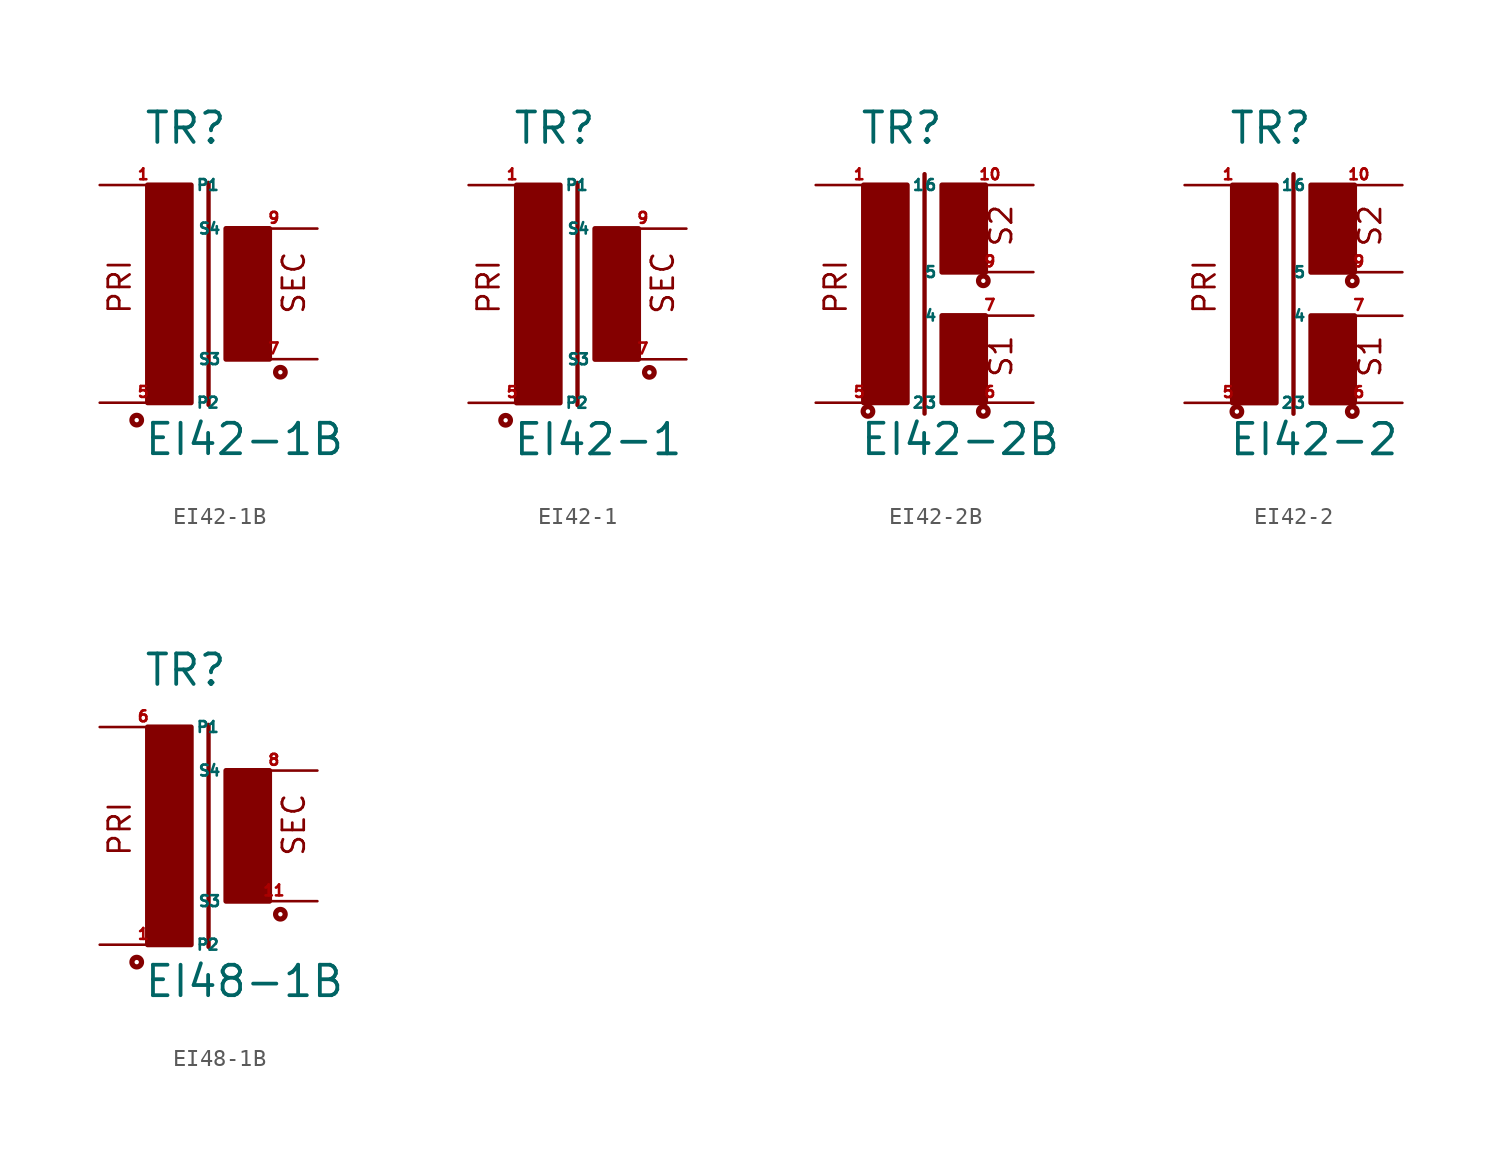
<source format=kicad_sym>
(kicad_symbol_lib
  (version 20220914)
  (generator Eagle2Kicad)
  (symbol "EI42-1B"
    (property "Reference" "TR"
      (at -2.54 7.366 0)
      (effects (font (size 1.778 1.778) (thickness 0.22)) (justify left bottom)))
    (property "Value" "EI42-1B"
      (at -2.54 -10.795 0)
      (effects (font (size 1.778 1.778) (thickness 0.22)) (justify left bottom)))
    (polyline
      (pts (xy 1.27 5.207) (xy 1.27 -7.747))
      (stroke (width 0.254) (type default))
      (fill (type none)))
    (text "PRI"
      (at -3.175 -2.54 900)
      (effects (font (size 1.27 1.27) (thickness 0.16)) (justify left bottom)))
    (text "SEC"
      (at 6.985 -2.54 900)
      (effects (font (size 1.27 1.27) (thickness 0.16)) (justify left bottom)))
    (circle
      (center -2.921 -8.636)
      (radius 0.127)
      (stroke (width 0.305) (type default))
      (fill (type none)))
    (circle
      (center 5.461 -5.842)
      (radius 0.127)
      (stroke (width 0.305) (type default))
      (fill (type none)))
    (rectangle
      (start -2.286 -7.62)
      (end 0.254 5.08)
      (stroke (width 0.3) (type default))
      (fill (type outline)))
    (rectangle
      (start 2.286 -5.08)
      (end 4.826 2.54)
      (stroke (width 0.3) (type default))
      (fill (type outline)))
    (pin passive line
      (at -5.08 5.08 0)
      (length 5.08)
      (name "P1" (effects (font (size 0.635 0.635) (thickness 0.08)) (justify left bottom)))
      (number "1" (effects (font (size 0.635 0.635) (thickness 0.08)) (justify left bottom))))
    (pin passive line
      (at -5.08 -7.62 0)
      (length 5.08)
      (name "P2" (effects (font (size 0.635 0.635) (thickness 0.08)) (justify left bottom)))
      (number "5" (effects (font (size 0.635 0.635) (thickness 0.08)) (justify left bottom))))
    (pin passive line
      (at 7.62 -5.08 180)
      (length 5.08)
      (name "S3" (effects (font (size 0.635 0.635) (thickness 0.08)) (justify left bottom)))
      (number "7" (effects (font (size 0.635 0.635) (thickness 0.08)) (justify left bottom))))
    (pin passive line
      (at 7.62 2.54 180)
      (length 5.08)
      (name "S4" (effects (font (size 0.635 0.635) (thickness 0.08)) (justify left bottom)))
      (number "9" (effects (font (size 0.635 0.635) (thickness 0.08)) (justify left bottom)))))
  (symbol "EI42-1"
    (property "Reference" "TR"
      (at -2.54 7.366 0)
      (effects (font (size 1.778 1.778) (thickness 0.22)) (justify left bottom)))
    (property "Value" "EI42-1"
      (at -2.54 -10.795 0)
      (effects (font (size 1.778 1.778) (thickness 0.22)) (justify left bottom)))
    (polyline
      (pts (xy 1.27 5.207) (xy 1.27 -7.747))
      (stroke (width 0.254) (type default))
      (fill (type none)))
    (text "PRI"
      (at -3.175 -2.54 900)
      (effects (font (size 1.27 1.27) (thickness 0.16)) (justify left bottom)))
    (text "SEC"
      (at 6.985 -2.54 900)
      (effects (font (size 1.27 1.27) (thickness 0.16)) (justify left bottom)))
    (circle
      (center -2.921 -8.636)
      (radius 0.127)
      (stroke (width 0.305) (type default))
      (fill (type none)))
    (circle
      (center 5.461 -5.842)
      (radius 0.127)
      (stroke (width 0.305) (type default))
      (fill (type none)))
    (rectangle
      (start -2.286 -7.62)
      (end 0.254 5.08)
      (stroke (width 0.3) (type default))
      (fill (type outline)))
    (rectangle
      (start 2.286 -5.08)
      (end 4.826 2.54)
      (stroke (width 0.3) (type default))
      (fill (type outline)))
    (pin passive line
      (at -5.08 5.08 0)
      (length 5.08)
      (name "P1" (effects (font (size 0.635 0.635) (thickness 0.08)) (justify left bottom)))
      (number "1" (effects (font (size 0.635 0.635) (thickness 0.08)) (justify left bottom))))
    (pin passive line
      (at -5.08 -7.62 0)
      (length 5.08)
      (name "P2" (effects (font (size 0.635 0.635) (thickness 0.08)) (justify left bottom)))
      (number "5" (effects (font (size 0.635 0.635) (thickness 0.08)) (justify left bottom))))
    (pin passive line
      (at 7.62 -5.08 180)
      (length 5.08)
      (name "S3" (effects (font (size 0.635 0.635) (thickness 0.08)) (justify left bottom)))
      (number "7" (effects (font (size 0.635 0.635) (thickness 0.08)) (justify left bottom))))
    (pin passive line
      (at 7.62 2.54 180)
      (length 5.08)
      (name "S4" (effects (font (size 0.635 0.635) (thickness 0.08)) (justify left bottom)))
      (number "9" (effects (font (size 0.635 0.635) (thickness 0.08)) (justify left bottom)))))
  (symbol "EI42-2B"
    (property "Reference" "TR"
      (at -2.54 7.366 0)
      (effects (font (size 1.778 1.778) (thickness 0.22)) (justify left bottom)))
    (property "Value" "EI42-2B"
      (at -2.54 -10.795 0)
      (effects (font (size 1.778 1.778) (thickness 0.22)) (justify left bottom)))
    (polyline
      (pts (xy 1.27 5.715) (xy 1.27 -8.255))
      (stroke (width 0.254) (type default))
      (fill (type none)))
    (text "PRI"
      (at -3.175 -2.54 900)
      (effects (font (size 1.27 1.27) (thickness 0.16)) (justify left bottom)))
    (text "S1"
      (at 6.477 -6.223 900)
      (effects (font (size 1.27 1.27) (thickness 0.16)) (justify left bottom)))
    (text "S2"
      (at 6.477 1.397 900)
      (effects (font (size 1.27 1.27) (thickness 0.16)) (justify left bottom)))
    (circle
      (center -2.032 -8.128)
      (radius 0.127)
      (stroke (width 0.305) (type default))
      (fill (type none)))
    (circle
      (center 4.699 -8.128)
      (radius 0.127)
      (stroke (width 0.305) (type default))
      (fill (type none)))
    (circle
      (center 4.699 -0.508)
      (radius 0.127)
      (stroke (width 0.305) (type default))
      (fill (type none)))
    (rectangle
      (start -2.286 -7.62)
      (end 0.254 5.08)
      (stroke (width 0.3) (type default))
      (fill (type outline)))
    (rectangle
      (start 2.286 0)
      (end 4.826 5.08)
      (stroke (width 0.3) (type default))
      (fill (type outline)))
    (rectangle
      (start 2.286 -7.62)
      (end 4.826 -2.54)
      (stroke (width 0.3) (type default))
      (fill (type outline)))
    (pin passive line
      (at -5.08 5.08 0)
      (length 5.08)
      (name "1" (effects (font (size 0.635 0.635) (thickness 0.08)) (justify left bottom)))
      (number "1" (effects (font (size 0.635 0.635) (thickness 0.08)) (justify left bottom))))
    (pin passive line
      (at -5.08 -7.62 0)
      (length 5.08)
      (name "2" (effects (font (size 0.635 0.635) (thickness 0.08)) (justify left bottom)))
      (number "5" (effects (font (size 0.635 0.635) (thickness 0.08)) (justify left bottom))))
    (pin passive line
      (at 7.62 -7.62 180)
      (length 5.08)
      (name "3" (effects (font (size 0.635 0.635) (thickness 0.08)) (justify left bottom)))
      (number "6" (effects (font (size 0.635 0.635) (thickness 0.08)) (justify left bottom))))
    (pin passive line
      (at 7.62 -2.54 180)
      (length 5.08)
      (name "4" (effects (font (size 0.635 0.635) (thickness 0.08)) (justify left bottom)))
      (number "7" (effects (font (size 0.635 0.635) (thickness 0.08)) (justify left bottom))))
    (pin passive line
      (at 7.62 0 180)
      (length 5.08)
      (name "5" (effects (font (size 0.635 0.635) (thickness 0.08)) (justify left bottom)))
      (number "9" (effects (font (size 0.635 0.635) (thickness 0.08)) (justify left bottom))))
    (pin passive line
      (at 7.62 5.08 180)
      (length 5.08)
      (name "6" (effects (font (size 0.635 0.635) (thickness 0.08)) (justify left bottom)))
      (number "10" (effects (font (size 0.635 0.635) (thickness 0.08)) (justify left bottom)))))
  (symbol "EI42-2"
    (property "Reference" "TR"
      (at -2.54 7.366 0)
      (effects (font (size 1.778 1.778) (thickness 0.22)) (justify left bottom)))
    (property "Value" "EI42-2"
      (at -2.54 -10.795 0)
      (effects (font (size 1.778 1.778) (thickness 0.22)) (justify left bottom)))
    (polyline
      (pts (xy 1.27 5.715) (xy 1.27 -8.255))
      (stroke (width 0.254) (type default))
      (fill (type none)))
    (text "PRI"
      (at -3.175 -2.54 900)
      (effects (font (size 1.27 1.27) (thickness 0.16)) (justify left bottom)))
    (text "S1"
      (at 6.477 -6.223 900)
      (effects (font (size 1.27 1.27) (thickness 0.16)) (justify left bottom)))
    (text "S2"
      (at 6.477 1.397 900)
      (effects (font (size 1.27 1.27) (thickness 0.16)) (justify left bottom)))
    (circle
      (center -2.032 -8.128)
      (radius 0.127)
      (stroke (width 0.305) (type default))
      (fill (type none)))
    (circle
      (center 4.699 -8.128)
      (radius 0.127)
      (stroke (width 0.305) (type default))
      (fill (type none)))
    (circle
      (center 4.699 -0.508)
      (radius 0.127)
      (stroke (width 0.305) (type default))
      (fill (type none)))
    (rectangle
      (start -2.286 -7.62)
      (end 0.254 5.08)
      (stroke (width 0.3) (type default))
      (fill (type outline)))
    (rectangle
      (start 2.286 0)
      (end 4.826 5.08)
      (stroke (width 0.3) (type default))
      (fill (type outline)))
    (rectangle
      (start 2.286 -7.62)
      (end 4.826 -2.54)
      (stroke (width 0.3) (type default))
      (fill (type outline)))
    (pin passive line
      (at -5.08 5.08 0)
      (length 5.08)
      (name "1" (effects (font (size 0.635 0.635) (thickness 0.08)) (justify left bottom)))
      (number "1" (effects (font (size 0.635 0.635) (thickness 0.08)) (justify left bottom))))
    (pin passive line
      (at -5.08 -7.62 0)
      (length 5.08)
      (name "2" (effects (font (size 0.635 0.635) (thickness 0.08)) (justify left bottom)))
      (number "5" (effects (font (size 0.635 0.635) (thickness 0.08)) (justify left bottom))))
    (pin passive line
      (at 7.62 -7.62 180)
      (length 5.08)
      (name "3" (effects (font (size 0.635 0.635) (thickness 0.08)) (justify left bottom)))
      (number "6" (effects (font (size 0.635 0.635) (thickness 0.08)) (justify left bottom))))
    (pin passive line
      (at 7.62 -2.54 180)
      (length 5.08)
      (name "4" (effects (font (size 0.635 0.635) (thickness 0.08)) (justify left bottom)))
      (number "7" (effects (font (size 0.635 0.635) (thickness 0.08)) (justify left bottom))))
    (pin passive line
      (at 7.62 0 180)
      (length 5.08)
      (name "5" (effects (font (size 0.635 0.635) (thickness 0.08)) (justify left bottom)))
      (number "9" (effects (font (size 0.635 0.635) (thickness 0.08)) (justify left bottom))))
    (pin passive line
      (at 7.62 5.08 180)
      (length 5.08)
      (name "6" (effects (font (size 0.635 0.635) (thickness 0.08)) (justify left bottom)))
      (number "10" (effects (font (size 0.635 0.635) (thickness 0.08)) (justify left bottom)))))
  (symbol "EI48-1B"
    (property "Reference" "TR"
      (at -2.54 7.366 0)
      (effects (font (size 1.778 1.778) (thickness 0.22)) (justify left bottom)))
    (property "Value" "EI48-1B"
      (at -2.54 -10.795 0)
      (effects (font (size 1.778 1.778) (thickness 0.22)) (justify left bottom)))
    (polyline
      (pts (xy 1.27 5.207) (xy 1.27 -7.747))
      (stroke (width 0.254) (type default))
      (fill (type none)))
    (text "PRI"
      (at -3.175 -2.54 900)
      (effects (font (size 1.27 1.27) (thickness 0.16)) (justify left bottom)))
    (text "SEC"
      (at 6.985 -2.54 900)
      (effects (font (size 1.27 1.27) (thickness 0.16)) (justify left bottom)))
    (circle
      (center -2.921 -8.636)
      (radius 0.127)
      (stroke (width 0.305) (type default))
      (fill (type none)))
    (circle
      (center 5.461 -5.842)
      (radius 0.127)
      (stroke (width 0.305) (type default))
      (fill (type none)))
    (rectangle
      (start -2.286 -7.62)
      (end 0.254 5.08)
      (stroke (width 0.3) (type default))
      (fill (type outline)))
    (rectangle
      (start 2.286 -5.08)
      (end 4.826 2.54)
      (stroke (width 0.3) (type default))
      (fill (type outline)))
    (pin passive line
      (at -5.08 5.08 0)
      (length 5.08)
      (name "P1" (effects (font (size 0.635 0.635) (thickness 0.08)) (justify left bottom)))
      (number "6" (effects (font (size 0.635 0.635) (thickness 0.08)) (justify left bottom))))
    (pin passive line
      (at -5.08 -7.62 0)
      (length 5.08)
      (name "P2" (effects (font (size 0.635 0.635) (thickness 0.08)) (justify left bottom)))
      (number "1" (effects (font (size 0.635 0.635) (thickness 0.08)) (justify left bottom))))
    (pin passive line
      (at 7.62 -5.08 180)
      (length 5.08)
      (name "S3" (effects (font (size 0.635 0.635) (thickness 0.08)) (justify left bottom)))
      (number "11" (effects (font (size 0.635 0.635) (thickness 0.08)) (justify left bottom))))
    (pin passive line
      (at 7.62 2.54 180)
      (length 5.08)
      (name "S4" (effects (font (size 0.635 0.635) (thickness 0.08)) (justify left bottom)))
      (number "8" (effects (font (size 0.635 0.635) (thickness 0.08)) (justify left bottom))))))
</source>
